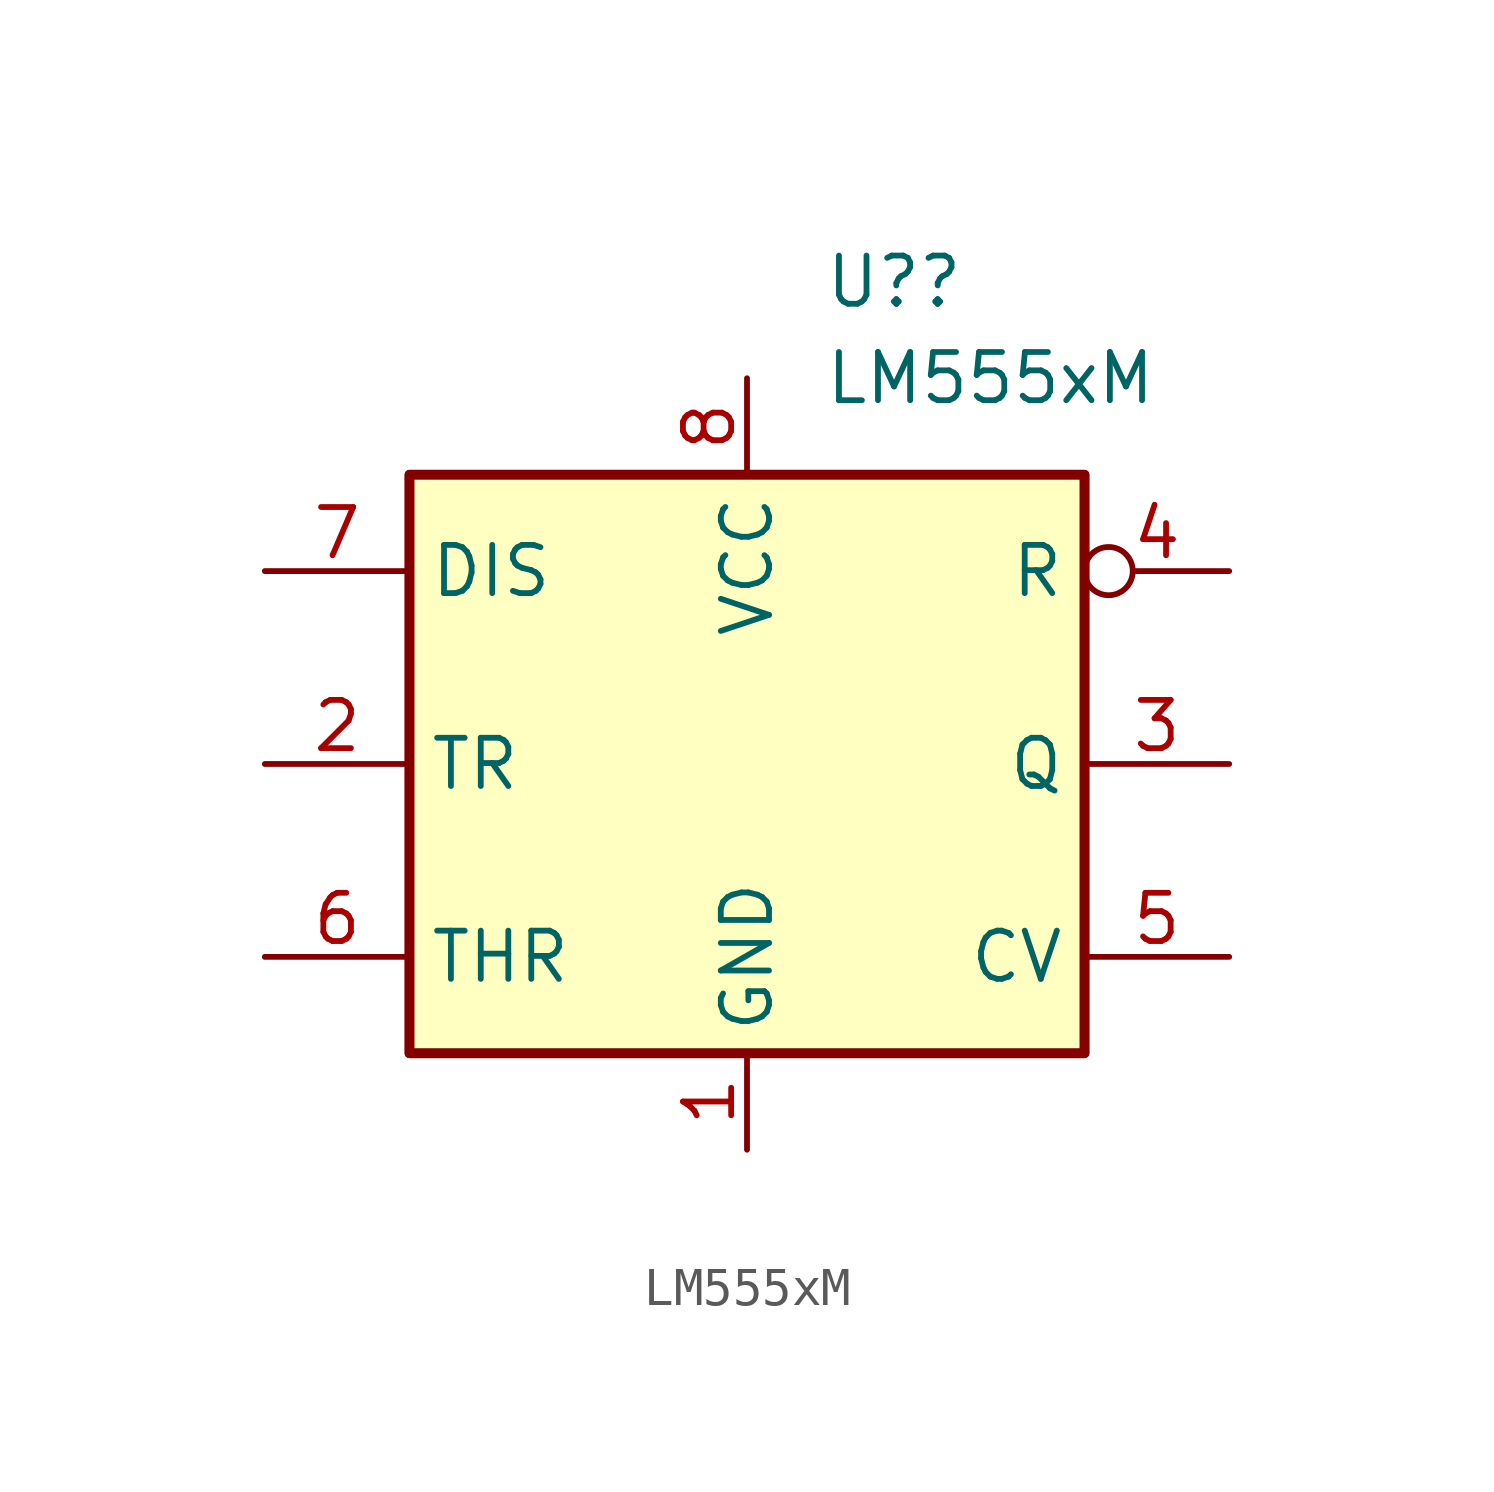
<source format=kicad_sym>
(kicad_symbol_lib
  (version 20211014)
  (generator kicad_symbol_editor)
  (symbol "LM555xM"
    (property "Reference" "U?"
      (at 2.019 12.7 0)
      (effects (font (size 1.27 1.27)) (justify left)))
    (property "Value" "LM555xM"
      (at 2.019 10.16 0)
      (effects (font (size 1.27 1.27)) (justify left)))
    (symbol "LM555xM_0_0"
      (pin power_in line (at 0 -10.16 90) (length 2.54) (name "GND" (effects (font (size 1.27 1.27)))) (number "1" (effects (font (size 1.27 1.27)))))
      (pin power_in line (at 0 10.16 270) (length 2.54) (name "VCC" (effects (font (size 1.27 1.27)))) (number "8" (effects (font (size 1.27 1.27))))))
    (symbol "LM555xM_0_1"
      (rectangle (start -8.89 -7.62) (end 8.89 7.62) (stroke (width 0.254) (type default) (color 0 0 0 0)) (fill (type background)))
      (rectangle (start -8.89 -7.62) (end 8.89 7.62) (stroke (width 0.254) (type default) (color 0 0 0 0)) (fill (type background))))
    (symbol "LM555xM_1_1"
      (pin input line (at -12.7 0 0) (length 3.81) (name "TR" (effects (font (size 1.27 1.27)))) (number "2" (effects (font (size 1.27 1.27)))))
      (pin output line (at 12.7 0 180) (length 3.81) (name "Q" (effects (font (size 1.27 1.27)))) (number "3" (effects (font (size 1.27 1.27)))))
      (pin input inverted (at 12.7 5.08 180) (length 3.81) (name "R" (effects (font (size 1.27 1.27)))) (number "4" (effects (font (size 1.27 1.27)))))
      (pin input line (at 12.7 -5.08 180) (length 3.81) (name "CV" (effects (font (size 1.27 1.27)))) (number "5" (effects (font (size 1.27 1.27)))))
      (pin input line (at -12.7 -5.08 0) (length 3.81) (name "THR" (effects (font (size 1.27 1.27)))) (number "6" (effects (font (size 1.27 1.27)))))
      (pin input line (at -12.7 5.08 0) (length 3.81) (name "DIS" (effects (font (size 1.27 1.27)))) (number "7" (effects (font (size 1.27 1.27))))))))
</source>
